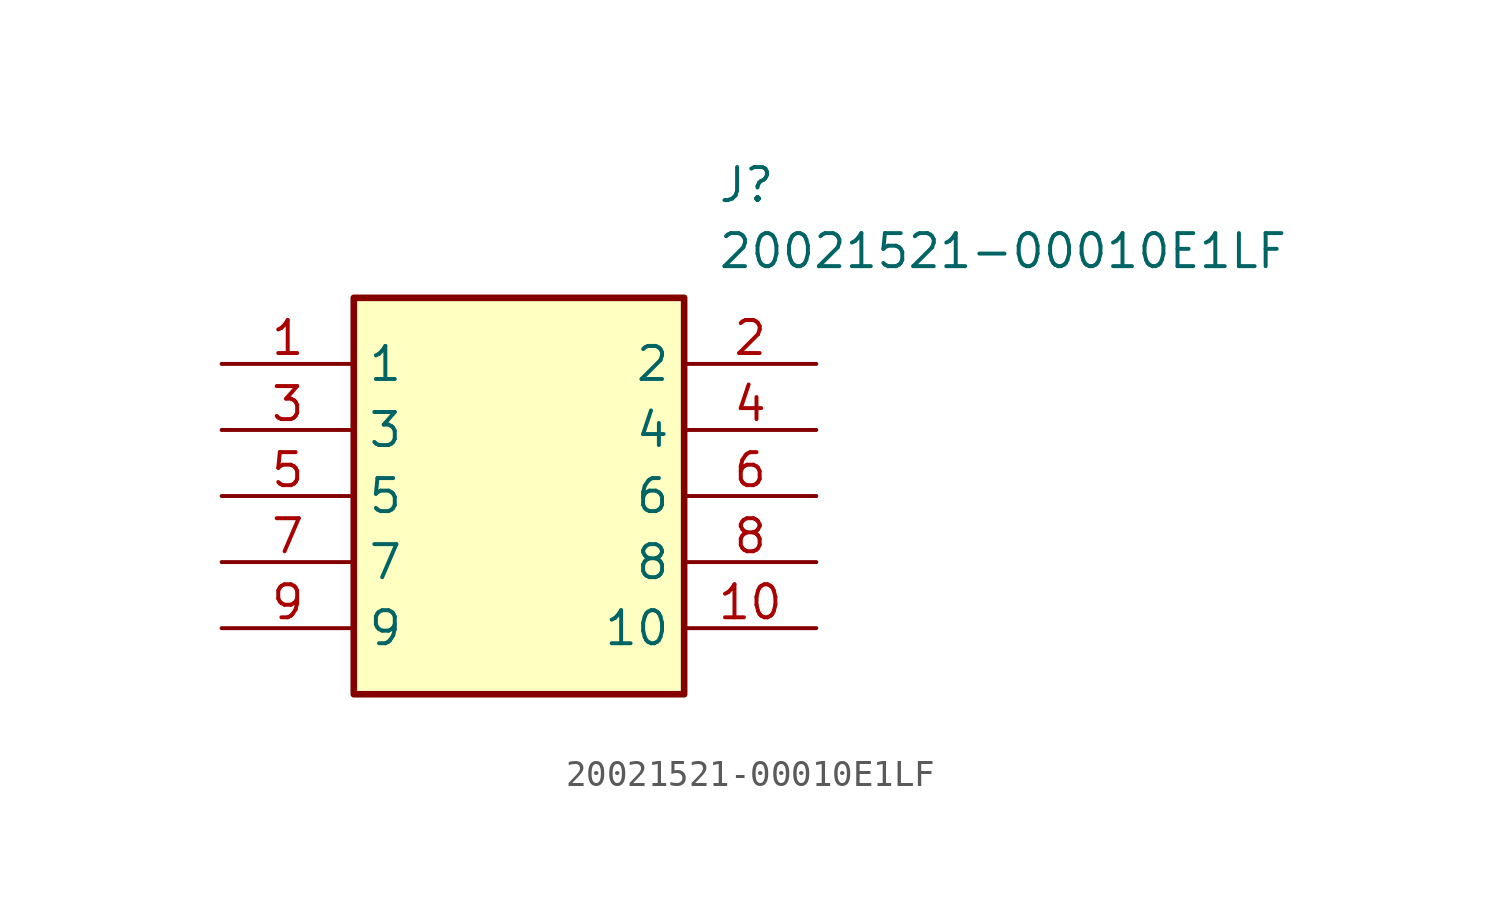
<source format=kicad_sym>
(kicad_symbol_lib
  (version 20211014)
  (generator SamacSys_ECAD_Model)
  (symbol "20021521-00010E1LF"
    (property "Reference" "J"
      (at 19.05 7.62 0)
      (effects (font (size 1.27 1.27)) (justify left top)))
    (property "Value" "20021521-00010E1LF"
      (at 19.05 5.08 0)
      (effects (font (size 1.27 1.27)) (justify left top)))
    (rectangle
      (start 5.08 2.54)
      (end 17.78 -12.7)
      (stroke (width 0.254) (type default))
      (fill (type background)))
    (pin passive line
      (at 0 0 0)
      (length 5.08)
      (name "1" (effects (font (size 1.27 1.27))))
      (number "1" (effects (font (size 1.27 1.27)))))
    (pin passive line
      (at 22.86 0 180)
      (length 5.08)
      (name "2" (effects (font (size 1.27 1.27))))
      (number "2" (effects (font (size 1.27 1.27)))))
    (pin passive line
      (at 0 -2.54 0)
      (length 5.08)
      (name "3" (effects (font (size 1.27 1.27))))
      (number "3" (effects (font (size 1.27 1.27)))))
    (pin passive line
      (at 22.86 -2.54 180)
      (length 5.08)
      (name "4" (effects (font (size 1.27 1.27))))
      (number "4" (effects (font (size 1.27 1.27)))))
    (pin passive line
      (at 0 -5.08 0)
      (length 5.08)
      (name "5" (effects (font (size 1.27 1.27))))
      (number "5" (effects (font (size 1.27 1.27)))))
    (pin passive line
      (at 22.86 -5.08 180)
      (length 5.08)
      (name "6" (effects (font (size 1.27 1.27))))
      (number "6" (effects (font (size 1.27 1.27)))))
    (pin passive line
      (at 0 -7.62 0)
      (length 5.08)
      (name "7" (effects (font (size 1.27 1.27))))
      (number "7" (effects (font (size 1.27 1.27)))))
    (pin passive line
      (at 22.86 -7.62 180)
      (length 5.08)
      (name "8" (effects (font (size 1.27 1.27))))
      (number "8" (effects (font (size 1.27 1.27)))))
    (pin passive line
      (at 0 -10.16 0)
      (length 5.08)
      (name "9" (effects (font (size 1.27 1.27))))
      (number "9" (effects (font (size 1.27 1.27)))))
    (pin passive line
      (at 22.86 -10.16 180)
      (length 5.08)
      (name "10" (effects (font (size 1.27 1.27))))
      (number "10" (effects (font (size 1.27 1.27)))))))
</source>
